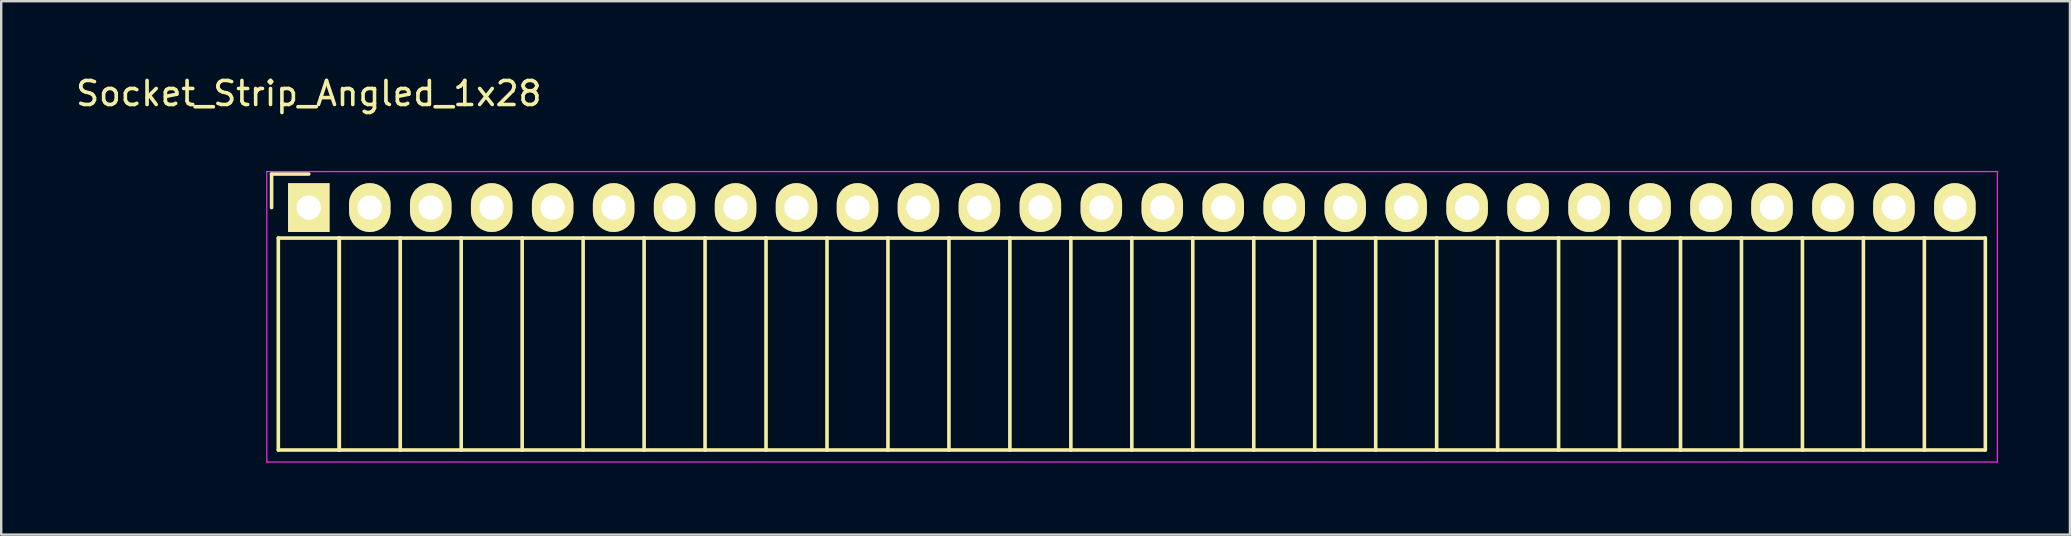
<source format=kicad_pcb>
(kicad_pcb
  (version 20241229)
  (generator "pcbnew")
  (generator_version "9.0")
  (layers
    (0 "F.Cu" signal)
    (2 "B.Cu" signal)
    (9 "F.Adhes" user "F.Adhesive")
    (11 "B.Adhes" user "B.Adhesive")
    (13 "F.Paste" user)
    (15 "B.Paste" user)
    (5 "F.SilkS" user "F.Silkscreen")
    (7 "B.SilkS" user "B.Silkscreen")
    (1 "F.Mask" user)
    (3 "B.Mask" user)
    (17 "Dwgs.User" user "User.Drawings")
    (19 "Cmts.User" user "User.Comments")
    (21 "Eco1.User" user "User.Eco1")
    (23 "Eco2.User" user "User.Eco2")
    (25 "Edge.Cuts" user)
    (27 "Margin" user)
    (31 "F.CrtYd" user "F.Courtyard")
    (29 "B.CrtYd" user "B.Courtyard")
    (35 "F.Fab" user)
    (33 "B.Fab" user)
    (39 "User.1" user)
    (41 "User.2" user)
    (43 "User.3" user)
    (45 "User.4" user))
  (footprint "Socket_Strip_Angled_1x28"
    (layer "F.Cu")
    (at 9.815 5.598)
    (property "Reference" "Socket_Strip_Angled_1x28" (at 0 -4.75 0) (layer "F.SilkS") (effects (font (size 1 1) (thickness 0.15))))
    (attr through_hole)
    (fp_line (start -1.55 -1.4) (end -1.55 0) (stroke (width 0.15) (type solid)) (layer "F.SilkS"))
    (fp_line (start -1.27 1.27) (end -1.27 10.1) (stroke (width 0.15) (type solid)) (layer "F.SilkS"))
    (fp_line (start -1.27 1.27) (end 1.27 1.27) (stroke (width 0.15) (type solid)) (layer "F.SilkS"))
    (fp_line (start -1.27 10.1) (end 1.27 10.1) (stroke (width 0.15) (type solid)) (layer "F.SilkS"))
    (fp_line (start 0 -1.4) (end -1.55 -1.4) (stroke (width 0.15) (type solid)) (layer "F.SilkS"))
    (fp_line (start 1.27 1.27) (end 1.27 10.1) (stroke (width 0.15) (type solid)) (layer "F.SilkS"))
    (fp_line (start 1.27 1.27) (end 3.81 1.27) (stroke (width 0.15) (type solid)) (layer "F.SilkS"))
    (fp_line (start 1.27 10.1) (end 1.27 1.27) (stroke (width 0.15) (type solid)) (layer "F.SilkS"))
    (fp_line (start 1.27 10.1) (end 3.81 10.1) (stroke (width 0.15) (type solid)) (layer "F.SilkS"))
    (fp_line (start 3.81 1.27) (end 6.35 1.27) (stroke (width 0.15) (type solid)) (layer "F.SilkS"))
    (fp_line (start 3.81 10.1) (end 3.81 1.27) (stroke (width 0.15) (type solid)) (layer "F.SilkS"))
    (fp_line (start 3.81 10.1) (end 6.35 10.1) (stroke (width 0.15) (type solid)) (layer "F.SilkS"))
    (fp_line (start 6.35 1.27) (end 8.89 1.27) (stroke (width 0.15) (type solid)) (layer "F.SilkS"))
    (fp_line (start 6.35 10.1) (end 6.35 1.27) (stroke (width 0.15) (type solid)) (layer "F.SilkS"))
    (fp_line (start 6.35 10.1) (end 8.89 10.1) (stroke (width 0.15) (type solid)) (layer "F.SilkS"))
    (fp_line (start 8.89 1.27) (end 11.43 1.27) (stroke (width 0.15) (type solid)) (layer "F.SilkS"))
    (fp_line (start 8.89 10.1) (end 8.89 1.27) (stroke (width 0.15) (type solid)) (layer "F.SilkS"))
    (fp_line (start 8.89 10.1) (end 11.43 10.1) (stroke (width 0.15) (type solid)) (layer "F.SilkS"))
    (fp_line (start 11.43 1.27) (end 13.97 1.27) (stroke (width 0.15) (type solid)) (layer "F.SilkS"))
    (fp_line (start 11.43 10.1) (end 11.43 1.27) (stroke (width 0.15) (type solid)) (layer "F.SilkS"))
    (fp_line (start 11.43 10.1) (end 13.97 10.1) (stroke (width 0.15) (type solid)) (layer "F.SilkS"))
    (fp_line (start 13.97 1.27) (end 16.51 1.27) (stroke (width 0.15) (type solid)) (layer "F.SilkS"))
    (fp_line (start 13.97 10.1) (end 13.97 1.27) (stroke (width 0.15) (type solid)) (layer "F.SilkS"))
    (fp_line (start 13.97 10.1) (end 16.51 10.1) (stroke (width 0.15) (type solid)) (layer "F.SilkS"))
    (fp_line (start 16.51 1.27) (end 19.05 1.27) (stroke (width 0.15) (type solid)) (layer "F.SilkS"))
    (fp_line (start 16.51 10.1) (end 16.51 1.27) (stroke (width 0.15) (type solid)) (layer "F.SilkS"))
    (fp_line (start 16.51 10.1) (end 19.05 10.1) (stroke (width 0.15) (type solid)) (layer "F.SilkS"))
    (fp_line (start 19.05 1.27) (end 21.59 1.27) (stroke (width 0.15) (type solid)) (layer "F.SilkS"))
    (fp_line (start 19.05 10.1) (end 19.05 1.27) (stroke (width 0.15) (type solid)) (layer "F.SilkS"))
    (fp_line (start 19.05 10.1) (end 21.59 10.1) (stroke (width 0.15) (type solid)) (layer "F.SilkS"))
    (fp_line (start 21.59 1.27) (end 24.13 1.27) (stroke (width 0.15) (type solid)) (layer "F.SilkS"))
    (fp_line (start 21.59 10.1) (end 21.59 1.27) (stroke (width 0.15) (type solid)) (layer "F.SilkS"))
    (fp_line (start 21.59 10.1) (end 24.13 10.1) (stroke (width 0.15) (type solid)) (layer "F.SilkS"))
    (fp_line (start 24.13 1.27) (end 26.67 1.27) (stroke (width 0.15) (type solid)) (layer "F.SilkS"))
    (fp_line (start 24.13 10.1) (end 24.13 1.27) (stroke (width 0.15) (type solid)) (layer "F.SilkS"))
    (fp_line (start 24.13 10.1) (end 26.67 10.1) (stroke (width 0.15) (type solid)) (layer "F.SilkS"))
    (fp_line (start 26.67 1.27) (end 29.21 1.27) (stroke (width 0.15) (type solid)) (layer "F.SilkS"))
    (fp_line (start 26.67 10.1) (end 26.67 1.27) (stroke (width 0.15) (type solid)) (layer "F.SilkS"))
    (fp_line (start 26.67 10.1) (end 29.21 10.1) (stroke (width 0.15) (type solid)) (layer "F.SilkS"))
    (fp_line (start 29.21 1.27) (end 31.75 1.27) (stroke (width 0.15) (type solid)) (layer "F.SilkS"))
    (fp_line (start 29.21 10.1) (end 29.21 1.27) (stroke (width 0.15) (type solid)) (layer "F.SilkS"))
    (fp_line (start 29.21 10.1) (end 31.75 10.1) (stroke (width 0.15) (type solid)) (layer "F.SilkS"))
    (fp_line (start 31.75 1.27) (end 34.29 1.27) (stroke (width 0.15) (type solid)) (layer "F.SilkS"))
    (fp_line (start 31.75 10.1) (end 31.75 1.27) (stroke (width 0.15) (type solid)) (layer "F.SilkS"))
    (fp_line (start 31.75 10.1) (end 34.29 10.1) (stroke (width 0.15) (type solid)) (layer "F.SilkS"))
    (fp_line (start 34.29 1.27) (end 36.83 1.27) (stroke (width 0.15) (type solid)) (layer "F.SilkS"))
    (fp_line (start 34.29 10.1) (end 34.29 1.27) (stroke (width 0.15) (type solid)) (layer "F.SilkS"))
    (fp_line (start 34.29 10.1) (end 36.83 10.1) (stroke (width 0.15) (type solid)) (layer "F.SilkS"))
    (fp_line (start 36.83 1.27) (end 39.37 1.27) (stroke (width 0.15) (type solid)) (layer "F.SilkS"))
    (fp_line (start 36.83 10.1) (end 36.83 1.27) (stroke (width 0.15) (type solid)) (layer "F.SilkS"))
    (fp_line (start 36.83 10.1) (end 39.37 10.1) (stroke (width 0.15) (type solid)) (layer "F.SilkS"))
    (fp_line (start 39.37 1.27) (end 41.91 1.27) (stroke (width 0.15) (type solid)) (layer "F.SilkS"))
    (fp_line (start 39.37 10.1) (end 39.37 1.27) (stroke (width 0.15) (type solid)) (layer "F.SilkS"))
    (fp_line (start 39.37 10.1) (end 41.91 10.1) (stroke (width 0.15) (type solid)) (layer "F.SilkS"))
    (fp_line (start 41.91 1.27) (end 44.45 1.27) (stroke (width 0.15) (type solid)) (layer "F.SilkS"))
    (fp_line (start 41.91 10.1) (end 41.91 1.27) (stroke (width 0.15) (type solid)) (layer "F.SilkS"))
    (fp_line (start 41.91 10.1) (end 44.45 10.1) (stroke (width 0.15) (type solid)) (layer "F.SilkS"))
    (fp_line (start 44.45 1.27) (end 46.99 1.27) (stroke (width 0.15) (type solid)) (layer "F.SilkS"))
    (fp_line (start 44.45 10.1) (end 44.45 1.27) (stroke (width 0.15) (type solid)) (layer "F.SilkS"))
    (fp_line (start 44.45 10.1) (end 46.99 10.1) (stroke (width 0.15) (type solid)) (layer "F.SilkS"))
    (fp_line (start 46.99 1.27) (end 49.53 1.27) (stroke (width 0.15) (type solid)) (layer "F.SilkS"))
    (fp_line (start 46.99 10.1) (end 46.99 1.27) (stroke (width 0.15) (type solid)) (layer "F.SilkS"))
    (fp_line (start 46.99 10.1) (end 49.53 10.1) (stroke (width 0.15) (type solid)) (layer "F.SilkS"))
    (fp_line (start 49.53 1.27) (end 52.07 1.27) (stroke (width 0.15) (type solid)) (layer "F.SilkS"))
    (fp_line (start 49.53 10.1) (end 49.53 1.27) (stroke (width 0.15) (type solid)) (layer "F.SilkS"))
    (fp_line (start 49.53 10.1) (end 52.07 10.1) (stroke (width 0.15) (type solid)) (layer "F.SilkS"))
    (fp_line (start 52.07 1.27) (end 54.61 1.27) (stroke (width 0.15) (type solid)) (layer "F.SilkS"))
    (fp_line (start 52.07 10.1) (end 52.07 1.27) (stroke (width 0.15) (type solid)) (layer "F.SilkS"))
    (fp_line (start 52.07 10.1) (end 54.61 10.1) (stroke (width 0.15) (type solid)) (layer "F.SilkS"))
    (fp_line (start 54.61 1.27) (end 57.15 1.27) (stroke (width 0.15) (type solid)) (layer "F.SilkS"))
    (fp_line (start 54.61 10.1) (end 54.61 1.27) (stroke (width 0.15) (type solid)) (layer "F.SilkS"))
    (fp_line (start 54.61 10.1) (end 57.15 10.1) (stroke (width 0.15) (type solid)) (layer "F.SilkS"))
    (fp_line (start 57.15 1.27) (end 59.69 1.27) (stroke (width 0.15) (type solid)) (layer "F.SilkS"))
    (fp_line (start 57.15 10.1) (end 57.15 1.27) (stroke (width 0.15) (type solid)) (layer "F.SilkS"))
    (fp_line (start 57.15 10.1) (end 59.69 10.1) (stroke (width 0.15) (type solid)) (layer "F.SilkS"))
    (fp_line (start 59.69 1.27) (end 62.23 1.27) (stroke (width 0.15) (type solid)) (layer "F.SilkS"))
    (fp_line (start 59.69 10.1) (end 59.69 1.27) (stroke (width 0.15) (type solid)) (layer "F.SilkS"))
    (fp_line (start 59.69 10.1) (end 62.23 10.1) (stroke (width 0.15) (type solid)) (layer "F.SilkS"))
    (fp_line (start 62.23 1.27) (end 64.77 1.27) (stroke (width 0.15) (type solid)) (layer "F.SilkS"))
    (fp_line (start 62.23 10.1) (end 62.23 1.27) (stroke (width 0.15) (type solid)) (layer "F.SilkS"))
    (fp_line (start 62.23 10.1) (end 64.77 10.1) (stroke (width 0.15) (type solid)) (layer "F.SilkS"))
    (fp_line (start 64.77 1.27) (end 67.31 1.27) (stroke (width 0.15) (type solid)) (layer "F.SilkS"))
    (fp_line (start 64.77 10.1) (end 64.77 1.27) (stroke (width 0.15) (type solid)) (layer "F.SilkS"))
    (fp_line (start 64.77 10.1) (end 67.31 10.1) (stroke (width 0.15) (type solid)) (layer "F.SilkS"))
    (fp_line (start 67.31 1.27) (end 69.85 1.27) (stroke (width 0.15) (type solid)) (layer "F.SilkS"))
    (fp_line (start 67.31 10.1) (end 67.31 1.27) (stroke (width 0.15) (type solid)) (layer "F.SilkS"))
    (fp_line (start 67.31 10.1) (end 69.85 10.1) (stroke (width 0.15) (type solid)) (layer "F.SilkS"))
    (fp_line (start 69.85 10.1) (end 69.85 1.27) (stroke (width 0.15) (type solid)) (layer "F.SilkS"))
    (fp_line (start -1.75 -1.5) (end -1.75 10.6) (stroke (width 0.05) (type solid)) (layer "F.CrtYd"))
    (fp_line (start -1.75 -1.5) (end 70.35 -1.5) (stroke (width 0.05) (type solid)) (layer "F.CrtYd"))
    (fp_line (start -1.75 10.6) (end 70.35 10.6) (stroke (width 0.05) (type solid)) (layer "F.CrtYd"))
    (fp_line (start 70.35 -1.5) (end 70.35 10.6) (stroke (width 0.05) (type solid)) (layer "F.CrtYd"))
    (pad "1" thru_hole rect (at 0 0) (size 1.727 2.032) (drill 1.016) (layers "*.Cu" "*.Mask" "F.SilkS"))
    (pad "2" thru_hole oval (at 2.54 0) (size 1.727 2.032) (drill 1.016) (layers "*.Cu" "*.Mask" "F.SilkS"))
    (pad "3" thru_hole oval (at 5.08 0) (size 1.727 2.032) (drill 1.016) (layers "*.Cu" "*.Mask" "F.SilkS"))
    (pad "4" thru_hole oval (at 7.62 0) (size 1.727 2.032) (drill 1.016) (layers "*.Cu" "*.Mask" "F.SilkS"))
    (pad "5" thru_hole oval (at 10.16 0) (size 1.727 2.032) (drill 1.016) (layers "*.Cu" "*.Mask" "F.SilkS"))
    (pad "6" thru_hole oval (at 12.7 0) (size 1.727 2.032) (drill 1.016) (layers "*.Cu" "*.Mask" "F.SilkS"))
    (pad "7" thru_hole oval (at 15.24 0) (size 1.727 2.032) (drill 1.016) (layers "*.Cu" "*.Mask" "F.SilkS"))
    (pad "8" thru_hole oval (at 17.78 0) (size 1.727 2.032) (drill 1.016) (layers "*.Cu" "*.Mask" "F.SilkS"))
    (pad "9" thru_hole oval (at 20.32 0) (size 1.727 2.032) (drill 1.016) (layers "*.Cu" "*.Mask" "F.SilkS"))
    (pad "10" thru_hole oval (at 22.86 0) (size 1.727 2.032) (drill 1.016) (layers "*.Cu" "*.Mask" "F.SilkS"))
    (pad "11" thru_hole oval (at 25.4 0) (size 1.727 2.032) (drill 1.016) (layers "*.Cu" "*.Mask" "F.SilkS"))
    (pad "12" thru_hole oval (at 27.94 0) (size 1.727 2.032) (drill 1.016) (layers "*.Cu" "*.Mask" "F.SilkS"))
    (pad "13" thru_hole oval (at 30.48 0) (size 1.727 2.032) (drill 1.016) (layers "*.Cu" "*.Mask" "F.SilkS"))
    (pad "14" thru_hole oval (at 33.02 0) (size 1.727 2.032) (drill 1.016) (layers "*.Cu" "*.Mask" "F.SilkS"))
    (pad "15" thru_hole oval (at 35.56 0) (size 1.727 2.032) (drill 1.016) (layers "*.Cu" "*.Mask" "F.SilkS"))
    (pad "16" thru_hole oval (at 38.1 0) (size 1.727 2.032) (drill 1.016) (layers "*.Cu" "*.Mask" "F.SilkS"))
    (pad "17" thru_hole oval (at 40.64 0) (size 1.727 2.032) (drill 1.016) (layers "*.Cu" "*.Mask" "F.SilkS"))
    (pad "18" thru_hole oval (at 43.18 0) (size 1.727 2.032) (drill 1.016) (layers "*.Cu" "*.Mask" "F.SilkS"))
    (pad "19" thru_hole oval (at 45.72 0) (size 1.727 2.032) (drill 1.016) (layers "*.Cu" "*.Mask" "F.SilkS"))
    (pad "20" thru_hole oval (at 48.26 0) (size 1.727 2.032) (drill 1.016) (layers "*.Cu" "*.Mask" "F.SilkS"))
    (pad "21" thru_hole oval (at 50.8 0) (size 1.727 2.032) (drill 1.016) (layers "*.Cu" "*.Mask" "F.SilkS"))
    (pad "22" thru_hole oval (at 53.34 0) (size 1.727 2.032) (drill 1.016) (layers "*.Cu" "*.Mask" "F.SilkS"))
    (pad "23" thru_hole oval (at 55.88 0) (size 1.727 2.032) (drill 1.016) (layers "*.Cu" "*.Mask" "F.SilkS"))
    (pad "24" thru_hole oval (at 58.42 0) (size 1.727 2.032) (drill 1.016) (layers "*.Cu" "*.Mask" "F.SilkS"))
    (pad "25" thru_hole oval (at 60.96 0) (size 1.727 2.032) (drill 1.016) (layers "*.Cu" "*.Mask" "F.SilkS"))
    (pad "26" thru_hole oval (at 63.5 0) (size 1.727 2.032) (drill 1.016) (layers "*.Cu" "*.Mask" "F.SilkS"))
    (pad "27" thru_hole oval (at 66.04 0) (size 1.727 2.032) (drill 1.016) (layers "*.Cu" "*.Mask" "F.SilkS"))
    (pad "28" thru_hole oval (at 68.58 0) (size 1.727 2.032) (drill 1.016) (layers "*.Cu" "*.Mask" "F.SilkS")))
  (gr_rect
    (start -3 -3)
    (end 83.19 19.223)
    (stroke (width 0.1) (type default))
    (fill no)
    (layer "Edge.Cuts")))
</source>
